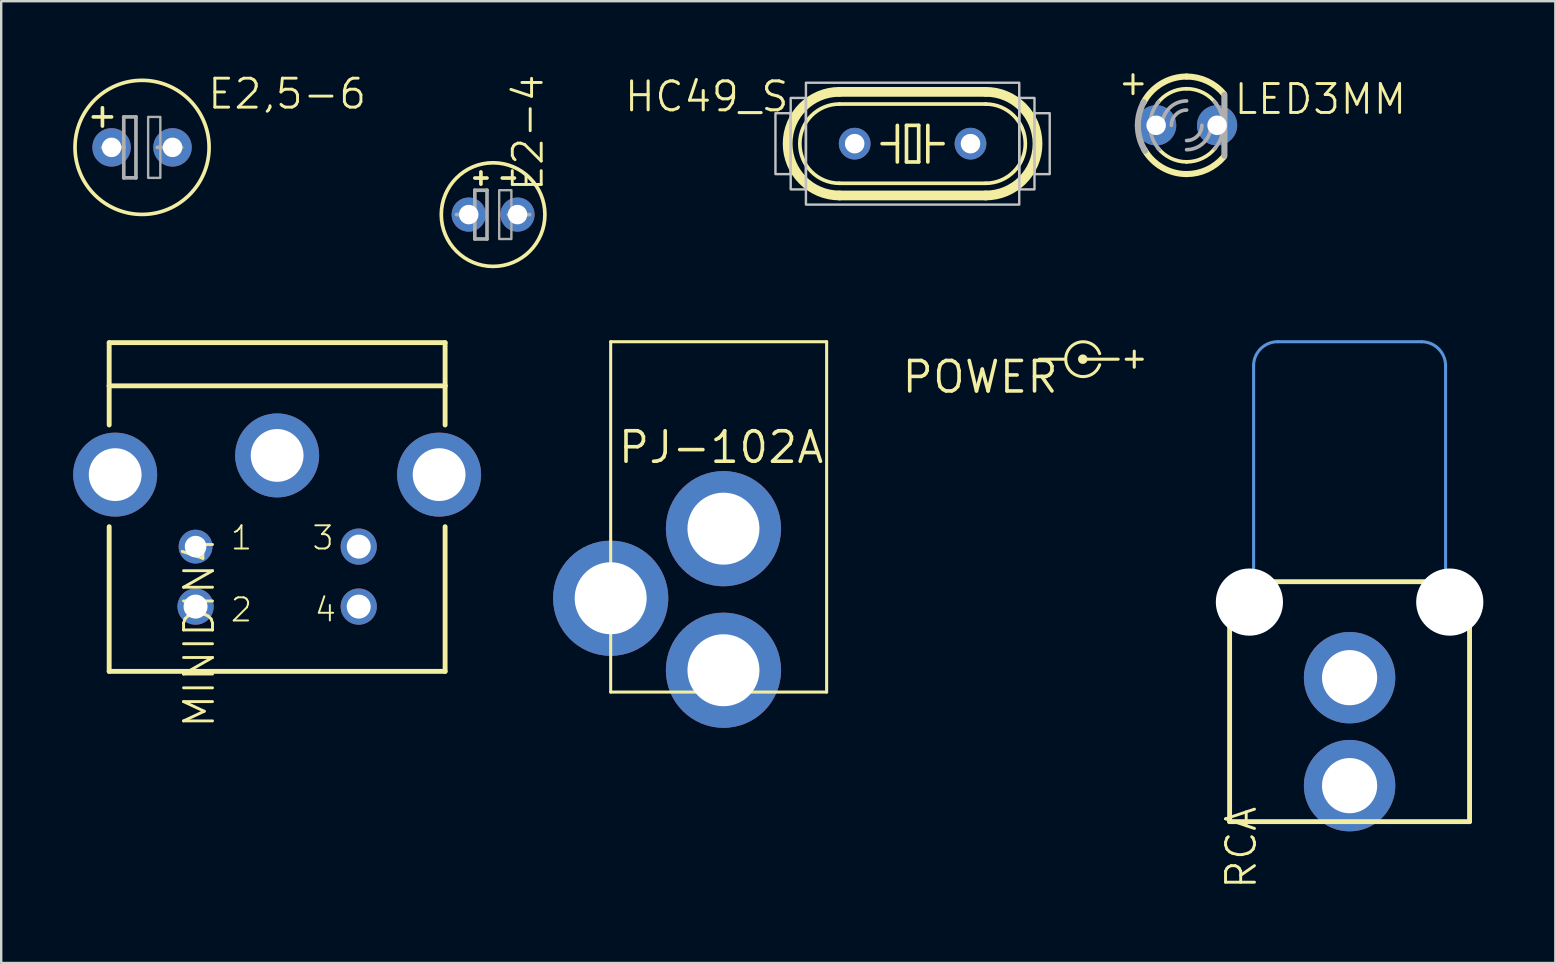
<source format=kicad_pcb>
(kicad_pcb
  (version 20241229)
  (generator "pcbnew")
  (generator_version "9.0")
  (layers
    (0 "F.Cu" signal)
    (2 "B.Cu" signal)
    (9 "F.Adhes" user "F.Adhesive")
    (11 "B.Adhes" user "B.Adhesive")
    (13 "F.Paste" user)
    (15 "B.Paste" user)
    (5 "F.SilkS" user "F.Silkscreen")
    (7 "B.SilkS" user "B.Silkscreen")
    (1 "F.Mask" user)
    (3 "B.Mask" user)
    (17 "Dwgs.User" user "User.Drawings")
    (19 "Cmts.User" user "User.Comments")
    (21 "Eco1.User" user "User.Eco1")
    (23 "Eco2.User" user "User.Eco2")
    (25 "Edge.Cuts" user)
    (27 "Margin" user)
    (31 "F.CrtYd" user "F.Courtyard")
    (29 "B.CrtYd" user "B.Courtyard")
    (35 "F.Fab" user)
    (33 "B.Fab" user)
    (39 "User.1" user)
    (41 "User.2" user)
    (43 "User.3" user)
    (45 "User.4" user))
  (footprint "PJ-102A"
    (layer "F.Cu")
    (at 27 15.592)
    (property "Reference" "PJ-102A" (at 0 0 0) (layer "F.SilkS") (effects (font (size 1.27 1.27) (thickness 0.15))))
    (attr through_hole)
    (fp_line (start -4.6 -4.4) (end 4.4 -4.4) (stroke (width 0.127) (type solid)) (layer "F.SilkS"))
    (fp_line (start -4.6 10.2) (end -4.6 -4.4) (stroke (width 0.127) (type solid)) (layer "F.SilkS"))
    (fp_line (start 4.4 -4.4) (end 4.4 10.2) (stroke (width 0.127) (type solid)) (layer "F.SilkS"))
    (fp_line (start 4.4 10.2) (end -4.6 10.2) (stroke (width 0.127) (type solid)) (layer "F.SilkS"))
    (pad "RING" thru_hole circle (at 0.1 3.39 180) (size 4.8 4.8) (drill 3) (layers "*.Cu" "*.Mask"))
    (pad "RING_SW" thru_hole circle (at -4.6 6.29 180) (size 4.8 4.8) (drill 3) (layers "*.Cu" "*.Mask"))
    (pad "TIP" thru_hole circle (at 0.1 9.29 180) (size 4.8 4.8) (drill 3) (layers "*.Cu" "*.Mask")))
  (footprint "E2,5-6"
    (layer "F.Cu")
    (at 2.87 3.092)
    (property "Reference" "E2,5-6" (at 2.667 -1.524 180) (layer "F.SilkS") (effects (font (size 1.206 1.206) (thickness 0.121)) (justify left bottom)))
    (attr through_hole)
    (fp_line (start -2.032 -1.27) (end -1.651 -1.27) (stroke (width 0.152) (type solid)) (layer "F.SilkS"))
    (fp_line (start -1.651 -1.27) (end -1.651 -1.651) (stroke (width 0.152) (type solid)) (layer "F.SilkS"))
    (fp_line (start -1.651 -1.27) (end -1.27 -1.27) (stroke (width 0.152) (type solid)) (layer "F.SilkS"))
    (fp_line (start -1.651 -0.889) (end -1.651 -1.27) (stroke (width 0.152) (type solid)) (layer "F.SilkS"))
    (fp_circle (center 0 0) (end 2.794 0) (stroke (width 0.152) (type solid)) (fill no) (layer "F.SilkS"))
    (fp_line (start -1.651 0) (end -0.762 0) (stroke (width 0.152) (type solid)) (layer "F.Fab"))
    (fp_line (start -0.762 -1.27) (end -0.762 0) (stroke (width 0.152) (type solid)) (layer "F.Fab"))
    (fp_line (start -0.762 0) (end -0.762 1.27) (stroke (width 0.152) (type solid)) (layer "F.Fab"))
    (fp_line (start -0.762 1.27) (end -0.254 1.27) (stroke (width 0.152) (type solid)) (layer "F.Fab"))
    (fp_line (start -0.254 -1.27) (end -0.762 -1.27) (stroke (width 0.152) (type solid)) (layer "F.Fab"))
    (fp_line (start -0.254 1.27) (end -0.254 -1.27) (stroke (width 0.152) (type solid)) (layer "F.Fab"))
    (fp_line (start 0.635 0) (end 1.651 0) (stroke (width 0.152) (type solid)) (layer "F.Fab"))
    (fp_poly (pts (xy 0.254 1.27) (xy 0.762 1.27) (xy 0.762 -1.27) (xy 0.254 -1.27)) (stroke (width 0.1) (type solid)) (fill no) (layer "F.Fab"))
    (pad "+" thru_hole circle (at -1.27 0) (size 1.6 1.6) (drill 0.813) (layers "*.Cu" "*.Mask"))
    (pad "-" thru_hole circle (at 1.27 0) (size 1.6 1.6) (drill 0.813) (layers "*.Cu" "*.Mask")))
  (footprint "HC49_S"
    (layer "F.Cu")
    (at 34.982 2.937)
    (property "Reference" "HC49_S" (at -5.08 -2.667 0) (layer "F.SilkS") (effects (font (size 1.206 1.206) (thickness 0.127)) (justify right top)))
    (attr through_hole)
    (fp_line (start -3.048 -2.159) (end 3.048 -2.159) (stroke (width 0.406) (type solid)) (layer "F.SilkS"))
    (fp_line (start -3.048 1.651) (end 3.048 1.651) (stroke (width 0.152) (type solid)) (layer "F.SilkS"))
    (fp_line (start -3.048 2.159) (end 3.048 2.159) (stroke (width 0.406) (type solid)) (layer "F.SilkS"))
    (fp_line (start -0.635 -0.762) (end -0.635 0) (stroke (width 0.152) (type solid)) (layer "F.SilkS"))
    (fp_line (start -0.635 0) (end -1.27 0) (stroke (width 0.152) (type solid)) (layer "F.SilkS"))
    (fp_line (start -0.635 0) (end -0.635 0.762) (stroke (width 0.152) (type solid)) (layer "F.SilkS"))
    (fp_line (start -0.254 -0.762) (end 0.254 -0.762) (stroke (width 0.152) (type solid)) (layer "F.SilkS"))
    (fp_line (start -0.254 0.762) (end -0.254 -0.762) (stroke (width 0.152) (type solid)) (layer "F.SilkS"))
    (fp_line (start 0.254 -0.762) (end 0.254 0.762) (stroke (width 0.152) (type solid)) (layer "F.SilkS"))
    (fp_line (start 0.254 0.762) (end -0.254 0.762) (stroke (width 0.152) (type solid)) (layer "F.SilkS"))
    (fp_line (start 0.635 -0.762) (end 0.635 0) (stroke (width 0.152) (type solid)) (layer "F.SilkS"))
    (fp_line (start 0.635 0) (end 0.635 0.762) (stroke (width 0.152) (type solid)) (layer "F.SilkS"))
    (fp_line (start 0.635 0) (end 1.27 0) (stroke (width 0.152) (type solid)) (layer "F.SilkS"))
    (fp_line (start 3.048 -1.651) (end -3.048 -1.651) (stroke (width 0.152) (type solid)) (layer "F.SilkS"))
    (fp_arc (start -3.048 1.651) (mid -4.699 0) (end -3.048 -1.651) (stroke (width 0.1524) (type solid)) (layer "F.SilkS"))
    (fp_arc (start -3.048 2.159) (mid -5.207 0) (end -3.048 -2.159) (stroke (width 0.4064) (type solid)) (layer "F.SilkS"))
    (fp_arc (start 3.048 -2.159) (mid 5.207 0) (end 3.048 2.159) (stroke (width 0.4064) (type solid)) (layer "F.SilkS"))
    (fp_arc (start 3.048 -1.651) (mid 4.699 0) (end 3.048 1.651) (stroke (width 0.1524) (type solid)) (layer "F.SilkS"))
    (fp_poly (pts (xy -5.715 1.27) (xy -5.08 1.27) (xy -5.08 -1.27) (xy -5.715 -1.27)) (stroke (width 0.1) (type solid)) (fill no) (layer "Dwgs.User"))
    (fp_poly (pts (xy -5.08 1.905) (xy -4.445 1.905) (xy -4.445 -1.905) (xy -5.08 -1.905)) (stroke (width 0.1) (type solid)) (fill no) (layer "Dwgs.User"))
    (fp_poly (pts (xy -4.445 2.54) (xy 4.445 2.54) (xy 4.445 -2.54) (xy -4.445 -2.54)) (stroke (width 0.1) (type solid)) (fill no) (layer "Dwgs.User"))
    (fp_poly (pts (xy 4.445 1.905) (xy 5.08 1.905) (xy 5.08 -1.905) (xy 4.445 -1.905)) (stroke (width 0.1) (type solid)) (fill no) (layer "Dwgs.User"))
    (fp_poly (pts (xy 5.08 1.27) (xy 5.715 1.27) (xy 5.715 -1.27) (xy 5.08 -1.27)) (stroke (width 0.1) (type solid)) (fill no) (layer "Dwgs.User"))
    (pad "1" thru_hole circle (at -2.413 0) (size 1.321 1.321) (drill 0.813) (layers "*.Cu" "*.Mask"))
    (pad "2" thru_hole circle (at 2.413 0) (size 1.321 1.321) (drill 0.813) (layers "*.Cu" "*.Mask")))
  (footprint "RCA"
    (layer "F.Cu")
    (at 53.194 25.192)
    (property "Reference" "RCA" (at -3.81 8.89 90) (layer "F.SilkS") (effects (font (size 1.206 1.206) (thickness 0.121)) (justify left bottom)))
    (attr through_hole)
    (fp_line (start -5 -4) (end 5 -4) (stroke (width 0.203) (type solid)) (layer "F.SilkS"))
    (fp_line (start -5 6) (end -5 -4) (stroke (width 0.203) (type solid)) (layer "F.SilkS"))
    (fp_line (start -3.35 -4) (end 3.35 -4) (stroke (width 0.127) (type solid)) (layer "F.SilkS"))
    (fp_line (start -3.35 -2.3) (end -5 -2.3) (stroke (width 0.127) (type solid)) (layer "F.SilkS"))
    (fp_line (start -3.35 -2.3) (end -3.35 -4) (stroke (width 0.127) (type solid)) (layer "F.SilkS"))
    (fp_line (start 3.35 -2.3) (end 3.35 -4) (stroke (width 0.127) (type solid)) (layer "F.SilkS"))
    (fp_line (start 3.35 -2.3) (end 5 -2.3) (stroke (width 0.127) (type solid)) (layer "F.SilkS"))
    (fp_line (start 5 -4) (end 5 6) (stroke (width 0.203) (type solid)) (layer "F.SilkS"))
    (fp_line (start 5 6) (end -5 6) (stroke (width 0.203) (type solid)) (layer "F.SilkS"))
    (fp_line (start -4 -13) (end -4 -4) (stroke (width 0.127) (type solid)) (layer "Cmts.User"))
    (fp_line (start -3 -14) (end 3 -14) (stroke (width 0.127) (type solid)) (layer "Cmts.User"))
    (fp_line (start 4 -13) (end 4 -4) (stroke (width 0.127) (type solid)) (layer "Cmts.User"))
    (fp_arc (start -4 -13) (mid -3.707107 -13.707107) (end -3 -14) (stroke (width 0.127) (type solid)) (layer "Cmts.User"))
    (fp_arc (start 3 -14) (mid 3.707107 -13.707107) (end 4 -13) (stroke (width 0.127) (type solid)) (layer "Cmts.User"))
    (pad "" np_thru_hole circle (at -4.175 -3.15) (size 2.8 2.8) (drill 2.8) (layers "*.Cu" "*.Mask"))
    (pad "" np_thru_hole circle (at 4.175 -3.15) (size 2.8 2.8) (drill 2.8) (layers "*.Cu" "*.Mask"))
    (pad "GND" thru_hole circle (at 0 0) (size 3.81 3.81) (drill 2.3) (layers "*.Cu" "*.Mask"))
    (pad "SIG" thru_hole circle (at 0 4.5) (size 3.81 3.81) (drill 2.3) (layers "*.Cu" "*.Mask")))
  (footprint "LED3MM"
    (layer "F.Cu")
    (at 46.402 2.172)
    (property "Reference" "LED3MM" (at 1.905 -0.381 180) (layer "F.SilkS") (effects (font (size 1.206 1.206) (thickness 0.121)) (justify left bottom)))
    (attr through_hole)
    (fp_line (start -2.591 -1.727) (end -1.854 -1.727) (stroke (width 0.127) (type solid)) (layer "F.SilkS"))
    (fp_line (start -2.235 -1.321) (end -2.235 -2.108) (stroke (width 0.127) (type solid)) (layer "F.SilkS"))
    (fp_arc (start -1.7929 -0.9562) (mid -1.045438 -1.7424) (end 0 -2.032) (stroke (width 0.254) (type solid)) (layer "F.SilkS"))
    (fp_arc (start -1.2192 -0.9144) (mid -0.681554 -1.363107) (end 0 -1.524) (stroke (width 0.1524) (type solid)) (layer "F.SilkS"))
    (fp_arc (start 0 -2.032) (mid 0.861864 -1.840173) (end 1.561 -1.3009) (stroke (width 0.254) (type solid)) (layer "F.SilkS"))
    (fp_arc (start 0 -1.524) (mid 0.697339 -1.355082) (end 1.2401 -0.885801) (stroke (width 0.1524) (type solid)) (layer "F.SilkS"))
    (fp_arc (start 0 1.524) (mid -0.669593 1.369018) (end -1.203 0.9356) (stroke (width 0.1524) (type solid)) (layer "F.SilkS"))
    (fp_arc (start 0 2.032) (mid -1.019924 1.757525) (end -1.7643 1.0082) (stroke (width 0.254) (type solid)) (layer "F.SilkS"))
    (fp_arc (start 1.203 0.9356) (mid 0.669593 1.369018) (end 0 1.524) (stroke (width 0.1524) (type solid)) (layer "F.SilkS"))
    (fp_arc (start 1.5512 1.3126) (mid 0.854953 1.843405) (end 0 2.032) (stroke (width 0.254) (type solid)) (layer "F.SilkS"))
    (fp_line (start 1.575 1.27) (end 1.575 -1.27) (stroke (width 0.254) (type solid)) (layer "F.Fab"))
    (fp_arc (start -2.032 0) (mid -1.970339 -0.496775) (end -1.7891 -0.9634) (stroke (width 0.254) (type solid)) (layer "F.Fab"))
    (fp_arc (start -1.7306 1.065) (mid -1.95521 0.553417) (end -2.032 0) (stroke (width 0.254) (type solid)) (layer "F.Fab"))
    (fp_arc (start -1.524 0) (mid -1.432981 -0.518783) (end -1.1708 -0.9756) (stroke (width 0.1524) (type solid)) (layer "F.Fab"))
    (fp_arc (start -1.1391 1.0125) (mid -1.42454 0.5416) (end -1.524 0) (stroke (width 0.1524) (type solid)) (layer "F.Fab"))
    (fp_arc (start -1.016 0) (mid -0.71842 -0.71842) (end 0 -1.016) (stroke (width 0.1524) (type solid)) (layer "F.Fab"))
    (fp_arc (start -0.635 0) (mid -0.449013 -0.449013) (end 0 -0.635) (stroke (width 0.1524) (type solid)) (layer "F.Fab"))
    (fp_arc (start 0.635 0) (mid 0.449013 0.449013) (end 0 0.635) (stroke (width 0.1524) (type solid)) (layer "F.Fab"))
    (fp_arc (start 1.016 0) (mid 0.71842 0.71842) (end 0 1.016) (stroke (width 0.1524) (type solid)) (layer "F.Fab"))
    (fp_arc (start 1.1571 -0.9918) (mid 1.429332 -0.528744) (end 1.524 0) (stroke (width 0.1524) (type solid)) (layer "F.Fab"))
    (fp_arc (start 1.524 0) (mid 1.432981 0.518783) (end 1.1708 0.9756) (stroke (width 0.1524) (type solid)) (layer "F.Fab"))
    (pad "A" thru_hole circle (at -1.27 0) (size 1.676 1.676) (drill 0.813) (layers "*.Cu" "*.Mask"))
    (pad "K" thru_hole circle (at 1.27 0) (size 1.676 1.676) (drill 0.813) (layers "*.Cu" "*.Mask")))
  (footprint "E2-4"
    (layer "F.Cu")
    (at 17.5 5.893)
    (property "Reference" "E2-4" (at 2.159 -0.889 90) (layer "F.SilkS") (effects (font (size 1.206 1.206) (thickness 0.121)) (justify left bottom)))
    (attr through_hole)
    (fp_line (start -0.762 -1.524) (end -0.254 -1.524) (stroke (width 0.152) (type solid)) (layer "F.SilkS"))
    (fp_line (start -0.508 -1.27) (end -0.508 -1.778) (stroke (width 0.152) (type solid)) (layer "F.SilkS"))
    (fp_line (start 0.381 -1.524) (end 0.889 -1.524) (stroke (width 0.152) (type solid)) (layer "F.SilkS"))
    (fp_circle (center 0 0) (end 2.159 0) (stroke (width 0.152) (type solid)) (fill no) (layer "F.SilkS"))
    (fp_line (start -1.524 0) (end -0.762 0) (stroke (width 0.152) (type solid)) (layer "F.Fab"))
    (fp_line (start -0.762 -1.016) (end -0.762 0) (stroke (width 0.152) (type solid)) (layer "F.Fab"))
    (fp_line (start -0.762 0) (end -0.762 1.016) (stroke (width 0.152) (type solid)) (layer "F.Fab"))
    (fp_line (start -0.762 1.016) (end -0.254 1.016) (stroke (width 0.152) (type solid)) (layer "F.Fab"))
    (fp_line (start -0.254 -1.016) (end -0.762 -1.016) (stroke (width 0.152) (type solid)) (layer "F.Fab"))
    (fp_line (start -0.254 1.016) (end -0.254 -1.016) (stroke (width 0.152) (type solid)) (layer "F.Fab"))
    (fp_line (start 0.635 0) (end 1.524 0) (stroke (width 0.152) (type solid)) (layer "F.Fab"))
    (fp_poly (pts (xy 0.254 1.016) (xy 0.762 1.016) (xy 0.762 -1.016) (xy 0.254 -1.016)) (stroke (width 0.1) (type solid)) (fill no) (layer "F.Fab"))
    (pad "+" thru_hole circle (at -1.016 0) (size 1.422 1.422) (drill 0.813) (layers "*.Cu" "*.Mask"))
    (pad "-" thru_hole circle (at 1.016 0) (size 1.422 1.422) (drill 0.813) (layers "*.Cu" "*.Mask")))
  (footprint "POWER"
    (layer "F.Cu")
    (at 41.13 11.919)
    (property "Reference" "POWER" (at 0 0 0) (layer "F.SilkS") (effects (font (size 1.27 1.27) (thickness 0.15)) (justify right top)))
    (attr through_hole)
    (fp_line (start -0.86 0) (end 0.2 0) (stroke (width 0.127) (type solid)) (layer "F.SilkS"))
    (fp_line (start 2.42 0) (end 0.845 0) (stroke (width 0.127) (type solid)) (layer "F.SilkS"))
    (fp_line (start 2.755 0) (end 3.425 0) (stroke (width 0.127) (type solid)) (layer "F.SilkS"))
    (fp_line (start 3.09 -0.335) (end 3.09 0.335) (stroke (width 0.127) (type solid)) (layer "F.SilkS"))
    (fp_arc (start 1.65 0.23) (mid 0.232676 0) (end 1.65 -0.23) (stroke (width 0.127) (type solid)) (layer "F.SilkS"))
    (fp_circle (center 0.945 0) (end 1.045 0) (stroke (width 0.2) (type solid)) (fill no) (layer "F.SilkS")))
  (footprint "MINIDIN4"
    (layer "F.Cu")
    (at 8.5 15.93)
    (property "Reference" "MINIDIN4" (at -2.54 11.43 90) (layer "F.SilkS") (effects (font (size 1.206 1.206) (thickness 0.121)) (justify left bottom)))
    (attr through_hole)
    (fp_line (start -7 -4.7) (end 7 -4.7) (stroke (width 0.203) (type solid)) (layer "F.SilkS"))
    (fp_line (start -7 -2.9) (end -7 -4.7) (stroke (width 0.203) (type solid)) (layer "F.SilkS"))
    (fp_line (start -7 -2.9) (end 7 -2.9) (stroke (width 0.203) (type solid)) (layer "F.SilkS"))
    (fp_line (start -7 -1.27) (end -7 -2.9) (stroke (width 0.203) (type solid)) (layer "F.SilkS"))
    (fp_line (start -7 9) (end -7 2.97) (stroke (width 0.203) (type solid)) (layer "F.SilkS"))
    (fp_line (start 7 -4.7) (end 7 -2.9) (stroke (width 0.203) (type solid)) (layer "F.SilkS"))
    (fp_line (start 7 -2.9) (end 7 -1.27) (stroke (width 0.203) (type solid)) (layer "F.SilkS"))
    (fp_line (start 7 2.97) (end 7 9) (stroke (width 0.203) (type solid)) (layer "F.SilkS"))
    (fp_line (start 7 9) (end -7 9) (stroke (width 0.203) (type solid)) (layer "F.SilkS"))
    (fp_text user "1" (at -2 4 0) (layer "F.SilkS") (effects (font (size 0.965 0.965) (thickness 0.081)) (justify left bottom)))
    (fp_text user "2" (at -2 7 0) (layer "F.SilkS") (effects (font (size 0.965 0.965) (thickness 0.081)) (justify left bottom)))
    (fp_text user "3" (at 1.4 4 0) (layer "F.SilkS") (effects (font (size 0.965 0.965) (thickness 0.081)) (justify left bottom)))
    (fp_text user "4" (at 1.5 7 0) (layer "F.SilkS") (effects (font (size 0.965 0.965) (thickness 0.081)) (justify left bottom)))
    (pad "1" thru_hole circle (at -3.4 3.8) (size 1.408 1.408) (drill 0.9) (layers "*.Cu" "*.Mask"))
    (pad "2" thru_hole circle (at 3.4 3.8) (size 1.508 1.508) (drill 1) (layers "*.Cu" "*.Mask"))
    (pad "3" thru_hole circle (at -3.4 6.3) (size 1.508 1.508) (drill 1) (layers "*.Cu" "*.Mask"))
    (pad "4" thru_hole circle (at 3.4 6.3) (size 1.508 1.508) (drill 1) (layers "*.Cu" "*.Mask"))
    (pad "GND1" thru_hole circle (at -6.75 0.8) (size 3.5 3.5) (drill 2.2) (layers "*.Cu" "*.Mask"))
    (pad "GND2" thru_hole circle (at 0 0) (size 3.5 3.5) (drill 2.2) (layers "*.Cu" "*.Mask"))
    (pad "GND3" thru_hole circle (at 6.75 0.8) (size 3.5 3.5) (drill 2.2) (layers "*.Cu" "*.Mask")))
  (gr_rect
    (start -3 -3)
    (end 61.769 37.082)
    (stroke (width 0.1) (type default))
    (fill no)
    (layer "Edge.Cuts")))
</source>
